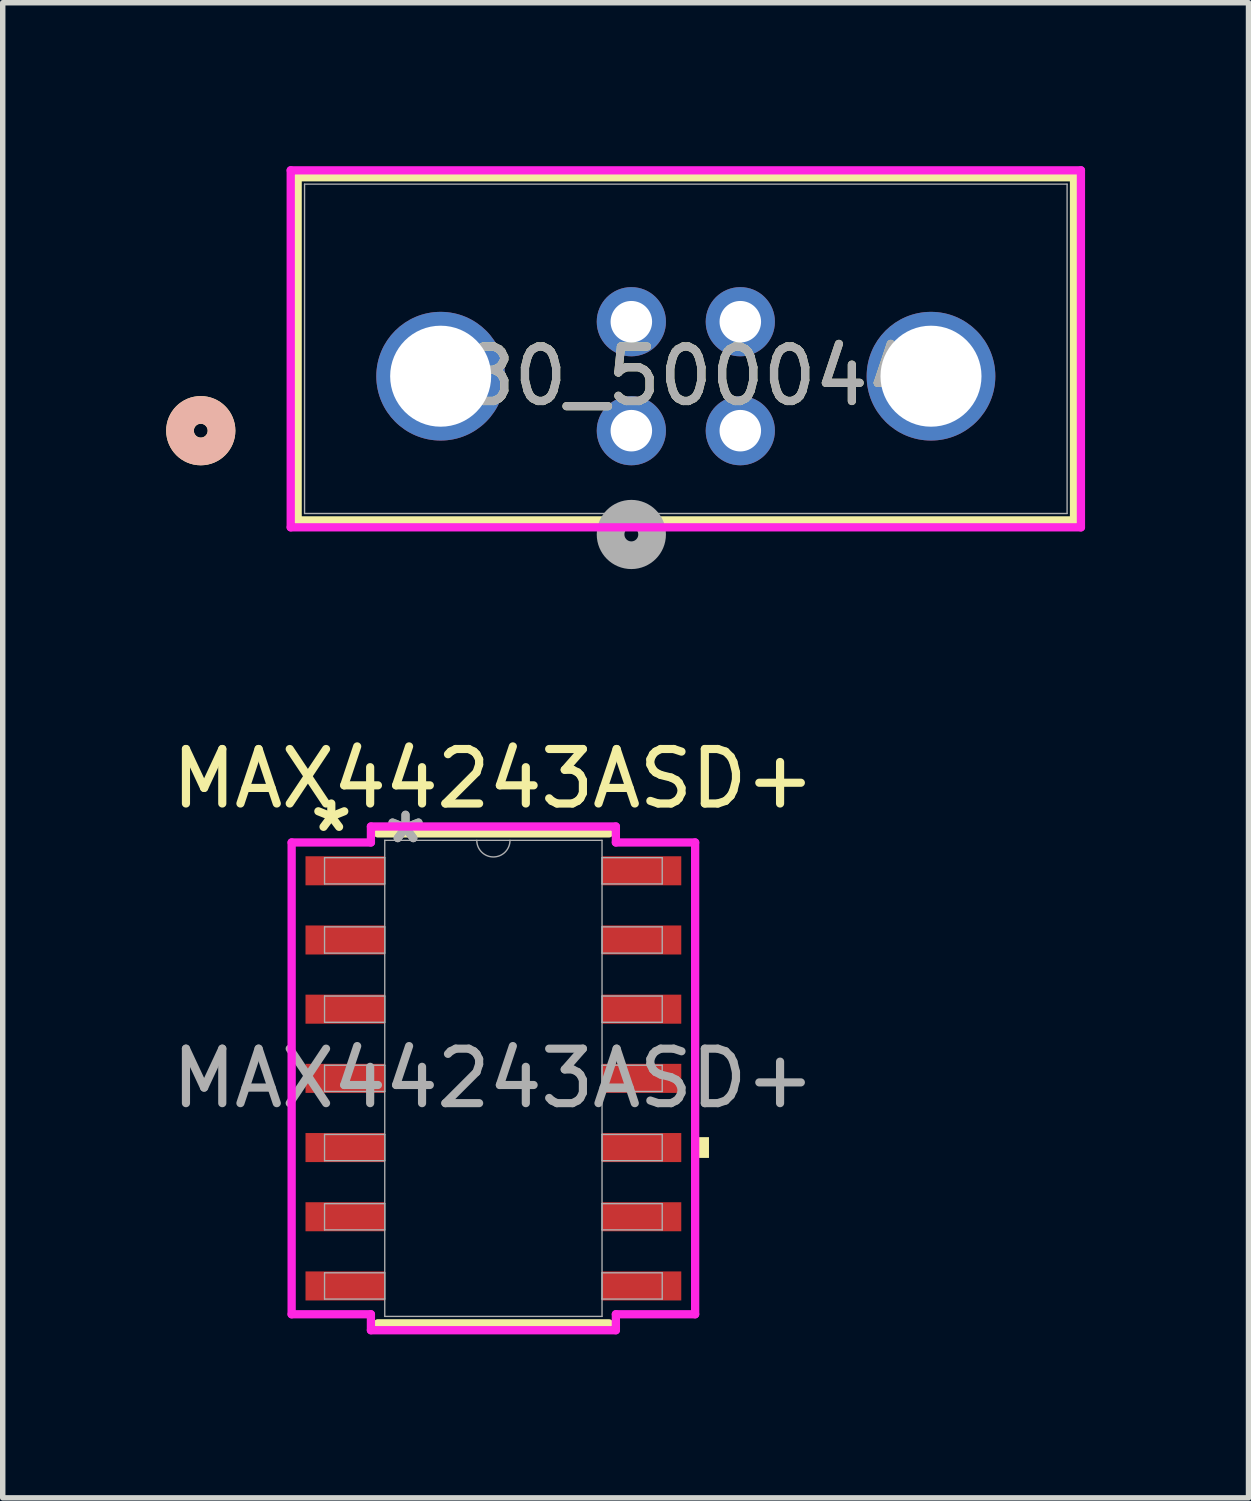
<source format=kicad_pcb>
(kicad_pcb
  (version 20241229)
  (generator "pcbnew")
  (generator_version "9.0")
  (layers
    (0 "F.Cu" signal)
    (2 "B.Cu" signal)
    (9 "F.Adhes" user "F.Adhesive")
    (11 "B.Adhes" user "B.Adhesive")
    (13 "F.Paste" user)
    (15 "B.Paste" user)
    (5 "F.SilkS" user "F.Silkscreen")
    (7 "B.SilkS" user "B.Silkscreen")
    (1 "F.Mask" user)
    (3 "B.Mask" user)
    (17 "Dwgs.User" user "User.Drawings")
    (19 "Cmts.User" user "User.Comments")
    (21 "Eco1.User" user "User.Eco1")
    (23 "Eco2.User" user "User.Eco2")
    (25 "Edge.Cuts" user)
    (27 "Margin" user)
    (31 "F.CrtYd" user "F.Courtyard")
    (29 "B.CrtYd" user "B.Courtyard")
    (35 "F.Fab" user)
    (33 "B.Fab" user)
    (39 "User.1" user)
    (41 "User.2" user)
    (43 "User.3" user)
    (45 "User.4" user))
  (footprint "M80_5000442"
    (layer "F.Cu")
    (at 8.538 4.855)
    (property "Reference" "M80_5000442" (at 1 -1 0) (unlocked yes) (layer "F.SilkS") (effects (font (size 1 1) (thickness 0.15))))
    (attr through_hole)
    (fp_line (start -6.125 -4.652) (end -6.125 1.647) (stroke (width 0.152) (type solid)) (layer "F.SilkS"))
    (fp_line (start -6.125 1.647) (end 8.125 1.647) (stroke (width 0.152) (type solid)) (layer "F.SilkS"))
    (fp_line (start 8.125 -4.652) (end -6.125 -4.652) (stroke (width 0.152) (type solid)) (layer "F.SilkS"))
    (fp_line (start 8.125 1.647) (end 8.125 -4.652) (stroke (width 0.152) (type solid)) (layer "F.SilkS"))
    (fp_circle (center -7.903 0) (end -7.522 0) (stroke (width 0.508) (type solid)) (fill no) (layer "F.SilkS"))
    (fp_circle (center -7.903 0) (end -7.522 0) (stroke (width 0.508) (type solid)) (fill no) (layer "B.SilkS"))
    (fp_line (start -6.252 -4.779) (end -6.252 1.774) (stroke (width 0.152) (type solid)) (layer "F.CrtYd"))
    (fp_line (start -6.252 1.774) (end 8.252 1.774) (stroke (width 0.152) (type solid)) (layer "F.CrtYd"))
    (fp_line (start 8.252 -4.779) (end -6.252 -4.779) (stroke (width 0.152) (type solid)) (layer "F.CrtYd"))
    (fp_line (start 8.252 1.774) (end 8.252 -4.779) (stroke (width 0.152) (type solid)) (layer "F.CrtYd"))
    (fp_line (start -5.998 -4.525) (end -5.998 1.52) (stroke (width 0.025) (type solid)) (layer "F.Fab"))
    (fp_line (start -5.998 1.52) (end 7.998 1.52) (stroke (width 0.025) (type solid)) (layer "F.Fab"))
    (fp_line (start 7.998 -4.525) (end -5.998 -4.525) (stroke (width 0.025) (type solid)) (layer "F.Fab"))
    (fp_line (start 7.998 1.52) (end 7.998 -4.525) (stroke (width 0.025) (type solid)) (layer "F.Fab"))
    (fp_circle (center 0 1.905) (end 0.381 1.905) (stroke (width 0.508) (type solid)) (fill no) (layer "F.Fab"))
    (fp_text user "${REFERENCE}" (at 1 -1 0) (unlocked yes) (layer "F.Fab") (effects (font (size 1 1) (thickness 0.15))))
    (pad "1" thru_hole circle (at 0 0) (size 1.27 1.27) (drill 0.762) (layers "*.Cu" "*.Mask"))
    (pad "2" thru_hole circle (at 2 0) (size 1.27 1.27) (drill 0.762) (layers "*.Cu" "*.Mask"))
    (pad "3" thru_hole circle (at 0 -2) (size 1.27 1.27) (drill 0.762) (layers "*.Cu" "*.Mask"))
    (pad "4" thru_hole circle (at 2 -2) (size 1.27 1.27) (drill 0.762) (layers "*.Cu" "*.Mask"))
    (pad "5" thru_hole circle (at -3.5 -1 90) (size 2.362 2.362) (drill 1.854) (layers "*.Cu" "*.Mask"))
    (pad "6" thru_hole circle (at 5.5 -1 90) (size 2.362 2.362) (drill 1.854) (layers "*.Cu" "*.Mask")))
  (footprint "MAX44243ASD+"
    (layer "F.Cu")
    (at 6.006 16.743)
    (property "Reference" "MAX44243ASD+" (at 0 -5.5 0) (unlocked yes) (layer "F.SilkS") (effects (font (size 1 1) (thickness 0.15))))
    (attr smd)
    (fp_line (start -2.121 4.496) (end 2.121 4.496) (stroke (width 0.152) (type solid)) (layer "F.SilkS"))
    (fp_line (start 2.121 -4.496) (end -2.121 -4.496) (stroke (width 0.152) (type solid)) (layer "F.SilkS"))
    (fp_poly (pts (xy 3.957 1.079) (xy 3.957 1.46) (xy 3.703 1.46) (xy 3.703 1.079)) (stroke (width 0) (type solid)) (fill yes) (layer "F.SilkS"))
    (fp_line (start -3.703 -4.33) (end -2.248 -4.33) (stroke (width 0.152) (type solid)) (layer "F.CrtYd"))
    (fp_line (start -3.703 4.33) (end -3.703 -4.33) (stroke (width 0.152) (type solid)) (layer "F.CrtYd"))
    (fp_line (start -3.703 4.33) (end -2.248 4.33) (stroke (width 0.152) (type solid)) (layer "F.CrtYd"))
    (fp_line (start -2.248 -4.623) (end 2.248 -4.623) (stroke (width 0.152) (type solid)) (layer "F.CrtYd"))
    (fp_line (start -2.248 -4.33) (end -2.248 -4.623) (stroke (width 0.152) (type solid)) (layer "F.CrtYd"))
    (fp_line (start -2.248 4.623) (end -2.248 4.33) (stroke (width 0.152) (type solid)) (layer "F.CrtYd"))
    (fp_line (start 2.248 -4.623) (end 2.248 -4.33) (stroke (width 0.152) (type solid)) (layer "F.CrtYd"))
    (fp_line (start 2.248 4.33) (end 2.248 4.623) (stroke (width 0.152) (type solid)) (layer "F.CrtYd"))
    (fp_line (start 2.248 4.623) (end -2.248 4.623) (stroke (width 0.152) (type solid)) (layer "F.CrtYd"))
    (fp_line (start 3.703 -4.33) (end 2.248 -4.33) (stroke (width 0.152) (type solid)) (layer "F.CrtYd"))
    (fp_line (start 3.703 -4.33) (end 3.703 4.33) (stroke (width 0.152) (type solid)) (layer "F.CrtYd"))
    (fp_line (start 3.703 4.33) (end 2.248 4.33) (stroke (width 0.152) (type solid)) (layer "F.CrtYd"))
    (fp_line (start -3.099 -4.051) (end -3.099 -3.569) (stroke (width 0.025) (type solid)) (layer "F.Fab"))
    (fp_line (start -3.099 -3.569) (end -1.994 -3.569) (stroke (width 0.025) (type solid)) (layer "F.Fab"))
    (fp_line (start -3.099 -2.781) (end -3.099 -2.299) (stroke (width 0.025) (type solid)) (layer "F.Fab"))
    (fp_line (start -3.099 -2.299) (end -1.994 -2.299) (stroke (width 0.025) (type solid)) (layer "F.Fab"))
    (fp_line (start -3.099 -1.511) (end -3.099 -1.029) (stroke (width 0.025) (type solid)) (layer "F.Fab"))
    (fp_line (start -3.099 -1.029) (end -1.994 -1.029) (stroke (width 0.025) (type solid)) (layer "F.Fab"))
    (fp_line (start -3.099 -0.241) (end -3.099 0.241) (stroke (width 0.025) (type solid)) (layer "F.Fab"))
    (fp_line (start -3.099 0.241) (end -1.994 0.241) (stroke (width 0.025) (type solid)) (layer "F.Fab"))
    (fp_line (start -3.099 1.029) (end -3.099 1.511) (stroke (width 0.025) (type solid)) (layer "F.Fab"))
    (fp_line (start -3.099 1.511) (end -1.994 1.511) (stroke (width 0.025) (type solid)) (layer "F.Fab"))
    (fp_line (start -3.099 2.299) (end -3.099 2.781) (stroke (width 0.025) (type solid)) (layer "F.Fab"))
    (fp_line (start -3.099 2.781) (end -1.994 2.781) (stroke (width 0.025) (type solid)) (layer "F.Fab"))
    (fp_line (start -3.099 3.569) (end -3.099 4.051) (stroke (width 0.025) (type solid)) (layer "F.Fab"))
    (fp_line (start -3.099 4.051) (end -1.994 4.051) (stroke (width 0.025) (type solid)) (layer "F.Fab"))
    (fp_line (start -1.994 -4.369) (end -1.994 4.369) (stroke (width 0.025) (type solid)) (layer "F.Fab"))
    (fp_line (start -1.994 -4.051) (end -3.099 -4.051) (stroke (width 0.025) (type solid)) (layer "F.Fab"))
    (fp_line (start -1.994 -3.569) (end -1.994 -4.051) (stroke (width 0.025) (type solid)) (layer "F.Fab"))
    (fp_line (start -1.994 -2.781) (end -3.099 -2.781) (stroke (width 0.025) (type solid)) (layer "F.Fab"))
    (fp_line (start -1.994 -2.299) (end -1.994 -2.781) (stroke (width 0.025) (type solid)) (layer "F.Fab"))
    (fp_line (start -1.994 -1.511) (end -3.099 -1.511) (stroke (width 0.025) (type solid)) (layer "F.Fab"))
    (fp_line (start -1.994 -1.029) (end -1.994 -1.511) (stroke (width 0.025) (type solid)) (layer "F.Fab"))
    (fp_line (start -1.994 -0.241) (end -3.099 -0.241) (stroke (width 0.025) (type solid)) (layer "F.Fab"))
    (fp_line (start -1.994 0.241) (end -1.994 -0.241) (stroke (width 0.025) (type solid)) (layer "F.Fab"))
    (fp_line (start -1.994 1.029) (end -3.099 1.029) (stroke (width 0.025) (type solid)) (layer "F.Fab"))
    (fp_line (start -1.994 1.511) (end -1.994 1.029) (stroke (width 0.025) (type solid)) (layer "F.Fab"))
    (fp_line (start -1.994 2.299) (end -3.099 2.299) (stroke (width 0.025) (type solid)) (layer "F.Fab"))
    (fp_line (start -1.994 2.781) (end -1.994 2.299) (stroke (width 0.025) (type solid)) (layer "F.Fab"))
    (fp_line (start -1.994 3.569) (end -3.099 3.569) (stroke (width 0.025) (type solid)) (layer "F.Fab"))
    (fp_line (start -1.994 4.051) (end -1.994 3.569) (stroke (width 0.025) (type solid)) (layer "F.Fab"))
    (fp_line (start -1.994 4.369) (end 1.994 4.369) (stroke (width 0.025) (type solid)) (layer "F.Fab"))
    (fp_line (start 1.994 -4.369) (end -1.994 -4.369) (stroke (width 0.025) (type solid)) (layer "F.Fab"))
    (fp_line (start 1.994 -4.051) (end 1.994 -3.569) (stroke (width 0.025) (type solid)) (layer "F.Fab"))
    (fp_line (start 1.994 -3.569) (end 3.099 -3.569) (stroke (width 0.025) (type solid)) (layer "F.Fab"))
    (fp_line (start 1.994 -2.781) (end 1.994 -2.299) (stroke (width 0.025) (type solid)) (layer "F.Fab"))
    (fp_line (start 1.994 -2.299) (end 3.099 -2.299) (stroke (width 0.025) (type solid)) (layer "F.Fab"))
    (fp_line (start 1.994 -1.511) (end 1.994 -1.029) (stroke (width 0.025) (type solid)) (layer "F.Fab"))
    (fp_line (start 1.994 -1.029) (end 3.099 -1.029) (stroke (width 0.025) (type solid)) (layer "F.Fab"))
    (fp_line (start 1.994 -0.241) (end 1.994 0.241) (stroke (width 0.025) (type solid)) (layer "F.Fab"))
    (fp_line (start 1.994 0.241) (end 3.099 0.241) (stroke (width 0.025) (type solid)) (layer "F.Fab"))
    (fp_line (start 1.994 1.029) (end 1.994 1.511) (stroke (width 0.025) (type solid)) (layer "F.Fab"))
    (fp_line (start 1.994 1.511) (end 3.099 1.511) (stroke (width 0.025) (type solid)) (layer "F.Fab"))
    (fp_line (start 1.994 2.299) (end 1.994 2.781) (stroke (width 0.025) (type solid)) (layer "F.Fab"))
    (fp_line (start 1.994 2.781) (end 3.099 2.781) (stroke (width 0.025) (type solid)) (layer "F.Fab"))
    (fp_line (start 1.994 3.569) (end 1.994 4.051) (stroke (width 0.025) (type solid)) (layer "F.Fab"))
    (fp_line (start 1.994 4.051) (end 3.099 4.051) (stroke (width 0.025) (type solid)) (layer "F.Fab"))
    (fp_line (start 1.994 4.369) (end 1.994 -4.369) (stroke (width 0.025) (type solid)) (layer "F.Fab"))
    (fp_line (start 3.099 -4.051) (end 1.994 -4.051) (stroke (width 0.025) (type solid)) (layer "F.Fab"))
    (fp_line (start 3.099 -3.569) (end 3.099 -4.051) (stroke (width 0.025) (type solid)) (layer "F.Fab"))
    (fp_line (start 3.099 -2.781) (end 1.994 -2.781) (stroke (width 0.025) (type solid)) (layer "F.Fab"))
    (fp_line (start 3.099 -2.299) (end 3.099 -2.781) (stroke (width 0.025) (type solid)) (layer "F.Fab"))
    (fp_line (start 3.099 -1.511) (end 1.994 -1.511) (stroke (width 0.025) (type solid)) (layer "F.Fab"))
    (fp_line (start 3.099 -1.029) (end 3.099 -1.511) (stroke (width 0.025) (type solid)) (layer "F.Fab"))
    (fp_line (start 3.099 -0.241) (end 1.994 -0.241) (stroke (width 0.025) (type solid)) (layer "F.Fab"))
    (fp_line (start 3.099 0.241) (end 3.099 -0.241) (stroke (width 0.025) (type solid)) (layer "F.Fab"))
    (fp_line (start 3.099 1.029) (end 1.994 1.029) (stroke (width 0.025) (type solid)) (layer "F.Fab"))
    (fp_line (start 3.099 1.511) (end 3.099 1.029) (stroke (width 0.025) (type solid)) (layer "F.Fab"))
    (fp_line (start 3.099 2.299) (end 1.994 2.299) (stroke (width 0.025) (type solid)) (layer "F.Fab"))
    (fp_line (start 3.099 2.781) (end 3.099 2.299) (stroke (width 0.025) (type solid)) (layer "F.Fab"))
    (fp_line (start 3.099 3.569) (end 1.994 3.569) (stroke (width 0.025) (type solid)) (layer "F.Fab"))
    (fp_line (start 3.099 4.051) (end 3.099 3.569) (stroke (width 0.025) (type solid)) (layer "F.Fab"))
    (fp_arc (start 0.3048 -4.3688) (mid 0 -4.064) (end -0.3048 -4.3688) (stroke (width 0.0254) (type solid)) (layer "F.Fab"))
    (fp_text user "*" (at -2.975 -4.5 0) (layer "F.SilkS") (effects (font (size 1 1) (thickness 0.15))))
    (fp_text user "*" (at -1.613 -4.293 0) (unlocked yes) (layer "F.Fab") (effects (font (size 1 1) (thickness 0.15))))
    (fp_text user "${REFERENCE}" (at 0 0 0) (unlocked yes) (layer "F.Fab") (effects (font (size 1 1) (thickness 0.15))))
    (fp_text user "*" (at -1.613 -4.293 0) (layer "F.Fab") (effects (font (size 1 1) (thickness 0.15))))
    (pad "1" smd rect (at -2.721 -3.81) (size 1.455 0.533) (layers "F.Cu" "F.Mask" "F.Paste"))
    (pad "2" smd rect (at -2.721 -2.54) (size 1.455 0.533) (layers "F.Cu" "F.Mask" "F.Paste"))
    (pad "3" smd rect (at -2.721 -1.27) (size 1.455 0.533) (layers "F.Cu" "F.Mask" "F.Paste"))
    (pad "4" smd rect (at -2.721 0) (size 1.455 0.533) (layers "F.Cu" "F.Mask" "F.Paste"))
    (pad "5" smd rect (at -2.721 1.27) (size 1.455 0.533) (layers "F.Cu" "F.Mask" "F.Paste"))
    (pad "6" smd rect (at -2.721 2.54) (size 1.455 0.533) (layers "F.Cu" "F.Mask" "F.Paste"))
    (pad "7" smd rect (at -2.721 3.81) (size 1.455 0.533) (layers "F.Cu" "F.Mask" "F.Paste"))
    (pad "8" smd rect (at 2.721 3.81) (size 1.455 0.533) (layers "F.Cu" "F.Mask" "F.Paste"))
    (pad "9" smd rect (at 2.721 2.54) (size 1.455 0.533) (layers "F.Cu" "F.Mask" "F.Paste"))
    (pad "10" smd rect (at 2.721 1.27) (size 1.455 0.533) (layers "F.Cu" "F.Mask" "F.Paste"))
    (pad "11" smd rect (at 2.721 0) (size 1.455 0.533) (layers "F.Cu" "F.Mask" "F.Paste"))
    (pad "12" smd rect (at 2.721 -1.27) (size 1.455 0.533) (layers "F.Cu" "F.Mask" "F.Paste"))
    (pad "13" smd rect (at 2.721 -2.54) (size 1.455 0.533) (layers "F.Cu" "F.Mask" "F.Paste"))
    (pad "14" smd rect (at 2.721 -3.81) (size 1.455 0.533) (layers "F.Cu" "F.Mask" "F.Paste")))
  (gr_rect
    (start -3 -3)
    (end 19.866 24.442)
    (stroke (width 0.1) (type default))
    (fill no)
    (layer "Edge.Cuts")))
</source>
